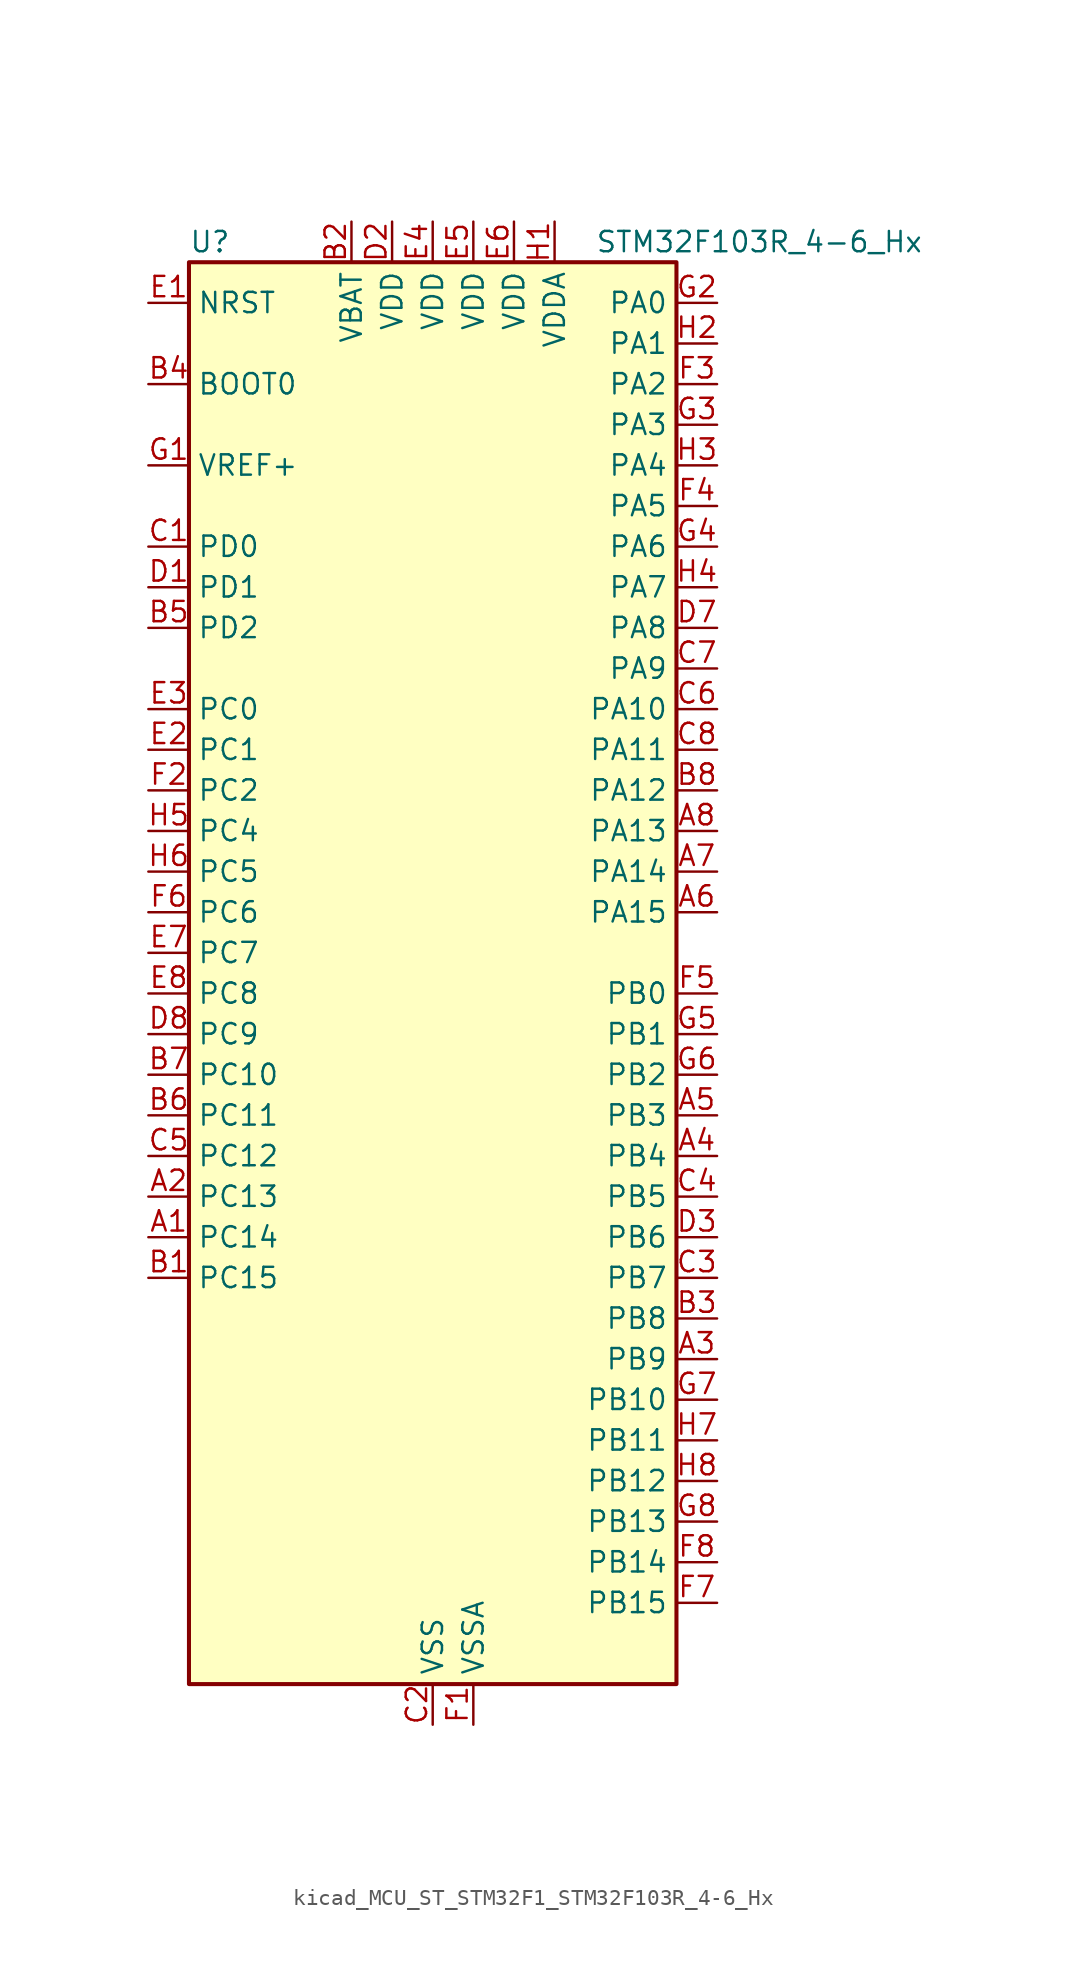
<source format=kicad_sym>
(kicad_symbol_lib
  (version 20220914)
  (generator kicad_symbol_editor)
  (symbol "kicad_MCU_ST_STM32F1_STM32F103R_4-6_Hx"
    (property "Reference" "U"
      (at -15.24 46.99 0)
      (effects (font (size 1.27 1.27)) (justify left)))
    (property "Value" "STM32F103R_4-6_Hx"
      (at 10.16 46.99 0)
      (effects (font (size 1.27 1.27)) (justify left)))
    (property "ki_locked" ""
      (at 0 0 0)
      (effects (font (size 1.27 1.27))))
    (symbol "kicad_MCU_ST_STM32F1_STM32F103R_4-6_Hx_0_1"
      (rectangle (start -15.24 -43.18) (end 15.24 45.72) (stroke (width 0.254) (type default)) (fill (type background))))
    (symbol "kicad_MCU_ST_STM32F1_STM32F103R_4-6_Hx_1_1"
      (pin bidirectional line (at -17.78 -15.24 0) (length 2.54) (name "PC14" (effects (font (size 1.27 1.27)))) (number "A1" (effects (font (size 1.27 1.27)))) (alternate "RCC_OSC32_IN" bidirectional line))
      (pin bidirectional line (at -17.78 -12.7 0) (length 2.54) (name "PC13" (effects (font (size 1.27 1.27)))) (number "A2" (effects (font (size 1.27 1.27)))) (alternate "RTC_OUT" bidirectional line) (alternate "RTC_TAMPER" bidirectional line))
      (pin bidirectional line (at 17.78 -22.86 180) (length 2.54) (name "PB9" (effects (font (size 1.27 1.27)))) (number "A3" (effects (font (size 1.27 1.27)))) (alternate "CAN_TX" bidirectional line) (alternate "I2C1_SDA" bidirectional line))
      (pin bidirectional line (at 17.78 -10.16 180) (length 2.54) (name "PB4" (effects (font (size 1.27 1.27)))) (number "A4" (effects (font (size 1.27 1.27)))) (alternate "SPI1_MISO" bidirectional line) (alternate "SYS_NJTRST" bidirectional line) (alternate "TIM3_CH1" bidirectional line))
      (pin bidirectional line (at 17.78 -7.62 180) (length 2.54) (name "PB3" (effects (font (size 1.27 1.27)))) (number "A5" (effects (font (size 1.27 1.27)))) (alternate "SPI1_SCK" bidirectional line) (alternate "SYS_JTDO-TRACESWO" bidirectional line) (alternate "TIM2_CH2" bidirectional line))
      (pin bidirectional line (at 17.78 5.08 180) (length 2.54) (name "PA15" (effects (font (size 1.27 1.27)))) (number "A6" (effects (font (size 1.27 1.27)))) (alternate "ADC1_EXTI15" bidirectional line) (alternate "ADC2_EXTI15" bidirectional line) (alternate "SPI1_NSS" bidirectional line) (alternate "SYS_JTDI" bidirectional line) (alternate "TIM2_CH1" bidirectional line) (alternate "TIM2_ETR" bidirectional line))
      (pin bidirectional line (at 17.78 7.62 180) (length 2.54) (name "PA14" (effects (font (size 1.27 1.27)))) (number "A7" (effects (font (size 1.27 1.27)))) (alternate "SYS_JTCK-SWCLK" bidirectional line))
      (pin bidirectional line (at 17.78 10.16 180) (length 2.54) (name "PA13" (effects (font (size 1.27 1.27)))) (number "A8" (effects (font (size 1.27 1.27)))) (alternate "SYS_JTMS-SWDIO" bidirectional line))
      (pin bidirectional line (at -17.78 -17.78 0) (length 2.54) (name "PC15" (effects (font (size 1.27 1.27)))) (number "B1" (effects (font (size 1.27 1.27)))) (alternate "ADC1_EXTI15" bidirectional line) (alternate "ADC2_EXTI15" bidirectional line) (alternate "RCC_OSC32_OUT" bidirectional line))
      (pin power_in line (at -5.08 48.26 270) (length 2.54) (name "VBAT" (effects (font (size 1.27 1.27)))) (number "B2" (effects (font (size 1.27 1.27)))))
      (pin bidirectional line (at 17.78 -20.32 180) (length 2.54) (name "PB8" (effects (font (size 1.27 1.27)))) (number "B3" (effects (font (size 1.27 1.27)))) (alternate "CAN_RX" bidirectional line) (alternate "I2C1_SCL" bidirectional line))
      (pin input line (at -17.78 38.1 0) (length 2.54) (name "BOOT0" (effects (font (size 1.27 1.27)))) (number "B4" (effects (font (size 1.27 1.27)))))
      (pin bidirectional line (at -17.78 22.86 0) (length 2.54) (name "PD2" (effects (font (size 1.27 1.27)))) (number "B5" (effects (font (size 1.27 1.27)))) (alternate "TIM3_ETR" bidirectional line))
      (pin bidirectional line (at -17.78 -7.62 0) (length 2.54) (name "PC11" (effects (font (size 1.27 1.27)))) (number "B6" (effects (font (size 1.27 1.27)))) (alternate "ADC1_EXTI11" bidirectional line) (alternate "ADC2_EXTI11" bidirectional line))
      (pin bidirectional line (at -17.78 -5.08 0) (length 2.54) (name "PC10" (effects (font (size 1.27 1.27)))) (number "B7" (effects (font (size 1.27 1.27)))))
      (pin bidirectional line (at 17.78 12.7 180) (length 2.54) (name "PA12" (effects (font (size 1.27 1.27)))) (number "B8" (effects (font (size 1.27 1.27)))) (alternate "CAN_TX" bidirectional line) (alternate "TIM1_ETR" bidirectional line) (alternate "USART1_RTS" bidirectional line) (alternate "USB_DP" bidirectional line))
      (pin bidirectional line (at -17.78 27.94 0) (length 2.54) (name "PD0" (effects (font (size 1.27 1.27)))) (number "C1" (effects (font (size 1.27 1.27)))) (alternate "RCC_OSC_IN" bidirectional line))
      (pin power_in line (at 0 -45.72 90) (length 2.54) (name "VSS" (effects (font (size 1.27 1.27)))) (number "C2" (effects (font (size 1.27 1.27)))))
      (pin bidirectional line (at 17.78 -17.78 180) (length 2.54) (name "PB7" (effects (font (size 1.27 1.27)))) (number "C3" (effects (font (size 1.27 1.27)))) (alternate "I2C1_SDA" bidirectional line) (alternate "USART1_RX" bidirectional line))
      (pin bidirectional line (at 17.78 -12.7 180) (length 2.54) (name "PB5" (effects (font (size 1.27 1.27)))) (number "C4" (effects (font (size 1.27 1.27)))) (alternate "I2C1_SMBA" bidirectional line) (alternate "SPI1_MOSI" bidirectional line) (alternate "TIM3_CH2" bidirectional line))
      (pin bidirectional line (at -17.78 -10.16 0) (length 2.54) (name "PC12" (effects (font (size 1.27 1.27)))) (number "C5" (effects (font (size 1.27 1.27)))))
      (pin bidirectional line (at 17.78 17.78 180) (length 2.54) (name "PA10" (effects (font (size 1.27 1.27)))) (number "C6" (effects (font (size 1.27 1.27)))) (alternate "TIM1_CH3" bidirectional line) (alternate "USART1_RX" bidirectional line))
      (pin bidirectional line (at 17.78 20.32 180) (length 2.54) (name "PA9" (effects (font (size 1.27 1.27)))) (number "C7" (effects (font (size 1.27 1.27)))) (alternate "TIM1_CH2" bidirectional line) (alternate "USART1_TX" bidirectional line))
      (pin bidirectional line (at 17.78 15.24 180) (length 2.54) (name "PA11" (effects (font (size 1.27 1.27)))) (number "C8" (effects (font (size 1.27 1.27)))) (alternate "ADC1_EXTI11" bidirectional line) (alternate "ADC2_EXTI11" bidirectional line) (alternate "CAN_RX" bidirectional line) (alternate "TIM1_CH4" bidirectional line) (alternate "USART1_CTS" bidirectional line) (alternate "USB_DM" bidirectional line))
      (pin bidirectional line (at -17.78 25.4 0) (length 2.54) (name "PD1" (effects (font (size 1.27 1.27)))) (number "D1" (effects (font (size 1.27 1.27)))) (alternate "RCC_OSC_OUT" bidirectional line))
      (pin power_in line (at -2.54 48.26 270) (length 2.54) (name "VDD" (effects (font (size 1.27 1.27)))) (number "D2" (effects (font (size 1.27 1.27)))))
      (pin bidirectional line (at 17.78 -15.24 180) (length 2.54) (name "PB6" (effects (font (size 1.27 1.27)))) (number "D3" (effects (font (size 1.27 1.27)))) (alternate "I2C1_SCL" bidirectional line) (alternate "USART1_TX" bidirectional line))
      (pin passive line (at 0 -45.72 90) (length 2.54) hide (name "VSS" (effects (font (size 1.27 1.27)))) (number "D4" (effects (font (size 1.27 1.27)))))
      (pin passive line (at 0 -45.72 90) (length 2.54) hide (name "VSS" (effects (font (size 1.27 1.27)))) (number "D5" (effects (font (size 1.27 1.27)))))
      (pin passive line (at 0 -45.72 90) (length 2.54) hide (name "VSS" (effects (font (size 1.27 1.27)))) (number "D6" (effects (font (size 1.27 1.27)))))
      (pin bidirectional line (at 17.78 22.86 180) (length 2.54) (name "PA8" (effects (font (size 1.27 1.27)))) (number "D7" (effects (font (size 1.27 1.27)))) (alternate "RCC_MCO" bidirectional line) (alternate "TIM1_CH1" bidirectional line) (alternate "USART1_CK" bidirectional line))
      (pin bidirectional line (at -17.78 -2.54 0) (length 2.54) (name "PC9" (effects (font (size 1.27 1.27)))) (number "D8" (effects (font (size 1.27 1.27)))) (alternate "TIM3_CH4" bidirectional line))
      (pin input line (at -17.78 43.18 0) (length 2.54) (name "NRST" (effects (font (size 1.27 1.27)))) (number "E1" (effects (font (size 1.27 1.27)))))
      (pin bidirectional line (at -17.78 15.24 0) (length 2.54) (name "PC1" (effects (font (size 1.27 1.27)))) (number "E2" (effects (font (size 1.27 1.27)))) (alternate "ADC1_IN11" bidirectional line) (alternate "ADC2_IN11" bidirectional line))
      (pin bidirectional line (at -17.78 17.78 0) (length 2.54) (name "PC0" (effects (font (size 1.27 1.27)))) (number "E3" (effects (font (size 1.27 1.27)))) (alternate "ADC1_IN10" bidirectional line) (alternate "ADC2_IN10" bidirectional line))
      (pin power_in line (at 0 48.26 270) (length 2.54) (name "VDD" (effects (font (size 1.27 1.27)))) (number "E4" (effects (font (size 1.27 1.27)))))
      (pin power_in line (at 2.54 48.26 270) (length 2.54) (name "VDD" (effects (font (size 1.27 1.27)))) (number "E5" (effects (font (size 1.27 1.27)))))
      (pin power_in line (at 5.08 48.26 270) (length 2.54) (name "VDD" (effects (font (size 1.27 1.27)))) (number "E6" (effects (font (size 1.27 1.27)))))
      (pin bidirectional line (at -17.78 2.54 0) (length 2.54) (name "PC7" (effects (font (size 1.27 1.27)))) (number "E7" (effects (font (size 1.27 1.27)))) (alternate "TIM3_CH2" bidirectional line))
      (pin bidirectional line (at -17.78 0 0) (length 2.54) (name "PC8" (effects (font (size 1.27 1.27)))) (number "E8" (effects (font (size 1.27 1.27)))) (alternate "TIM3_CH3" bidirectional line))
      (pin power_in line (at 2.54 -45.72 90) (length 2.54) (name "VSSA" (effects (font (size 1.27 1.27)))) (number "F1" (effects (font (size 1.27 1.27)))))
      (pin bidirectional line (at -17.78 12.7 0) (length 2.54) (name "PC2" (effects (font (size 1.27 1.27)))) (number "F2" (effects (font (size 1.27 1.27)))) (alternate "ADC1_IN12" bidirectional line) (alternate "ADC2_IN12" bidirectional line))
      (pin bidirectional line (at 17.78 38.1 180) (length 2.54) (name "PA2" (effects (font (size 1.27 1.27)))) (number "F3" (effects (font (size 1.27 1.27)))) (alternate "ADC1_IN2" bidirectional line) (alternate "ADC2_IN2" bidirectional line) (alternate "TIM2_CH3" bidirectional line) (alternate "USART2_TX" bidirectional line))
      (pin bidirectional line (at 17.78 30.48 180) (length 2.54) (name "PA5" (effects (font (size 1.27 1.27)))) (number "F4" (effects (font (size 1.27 1.27)))) (alternate "ADC1_IN5" bidirectional line) (alternate "ADC2_IN5" bidirectional line) (alternate "SPI1_SCK" bidirectional line))
      (pin bidirectional line (at 17.78 0 180) (length 2.54) (name "PB0" (effects (font (size 1.27 1.27)))) (number "F5" (effects (font (size 1.27 1.27)))) (alternate "ADC1_IN8" bidirectional line) (alternate "ADC2_IN8" bidirectional line) (alternate "TIM1_CH2N" bidirectional line) (alternate "TIM3_CH3" bidirectional line))
      (pin bidirectional line (at -17.78 5.08 0) (length 2.54) (name "PC6" (effects (font (size 1.27 1.27)))) (number "F6" (effects (font (size 1.27 1.27)))) (alternate "TIM3_CH1" bidirectional line))
      (pin bidirectional line (at 17.78 -38.1 180) (length 2.54) (name "PB15" (effects (font (size 1.27 1.27)))) (number "F7" (effects (font (size 1.27 1.27)))) (alternate "ADC1_EXTI15" bidirectional line) (alternate "ADC2_EXTI15" bidirectional line) (alternate "TIM1_CH3N" bidirectional line))
      (pin bidirectional line (at 17.78 -35.56 180) (length 2.54) (name "PB14" (effects (font (size 1.27 1.27)))) (number "F8" (effects (font (size 1.27 1.27)))) (alternate "TIM1_CH2N" bidirectional line))
      (pin input line (at -17.78 33.02 0) (length 2.54) (name "VREF+" (effects (font (size 1.27 1.27)))) (number "G1" (effects (font (size 1.27 1.27)))))
      (pin bidirectional line (at 17.78 43.18 180) (length 2.54) (name "PA0" (effects (font (size 1.27 1.27)))) (number "G2" (effects (font (size 1.27 1.27)))) (alternate "ADC1_IN0" bidirectional line) (alternate "ADC2_IN0" bidirectional line) (alternate "SYS_WKUP" bidirectional line) (alternate "TIM2_CH1" bidirectional line) (alternate "TIM2_ETR" bidirectional line) (alternate "USART2_CTS" bidirectional line))
      (pin bidirectional line (at 17.78 35.56 180) (length 2.54) (name "PA3" (effects (font (size 1.27 1.27)))) (number "G3" (effects (font (size 1.27 1.27)))) (alternate "ADC1_IN3" bidirectional line) (alternate "ADC2_IN3" bidirectional line) (alternate "TIM2_CH4" bidirectional line) (alternate "USART2_RX" bidirectional line))
      (pin bidirectional line (at 17.78 27.94 180) (length 2.54) (name "PA6" (effects (font (size 1.27 1.27)))) (number "G4" (effects (font (size 1.27 1.27)))) (alternate "ADC1_IN6" bidirectional line) (alternate "ADC2_IN6" bidirectional line) (alternate "SPI1_MISO" bidirectional line) (alternate "TIM1_BKIN" bidirectional line) (alternate "TIM3_CH1" bidirectional line))
      (pin bidirectional line (at 17.78 -2.54 180) (length 2.54) (name "PB1" (effects (font (size 1.27 1.27)))) (number "G5" (effects (font (size 1.27 1.27)))) (alternate "ADC1_IN9" bidirectional line) (alternate "ADC2_IN9" bidirectional line) (alternate "TIM1_CH3N" bidirectional line) (alternate "TIM3_CH4" bidirectional line))
      (pin bidirectional line (at 17.78 -5.08 180) (length 2.54) (name "PB2" (effects (font (size 1.27 1.27)))) (number "G6" (effects (font (size 1.27 1.27)))))
      (pin bidirectional line (at 17.78 -25.4 180) (length 2.54) (name "PB10" (effects (font (size 1.27 1.27)))) (number "G7" (effects (font (size 1.27 1.27)))) (alternate "TIM2_CH3" bidirectional line))
      (pin bidirectional line (at 17.78 -33.02 180) (length 2.54) (name "PB13" (effects (font (size 1.27 1.27)))) (number "G8" (effects (font (size 1.27 1.27)))) (alternate "TIM1_CH1N" bidirectional line))
      (pin power_in line (at 7.62 48.26 270) (length 2.54) (name "VDDA" (effects (font (size 1.27 1.27)))) (number "H1" (effects (font (size 1.27 1.27)))))
      (pin bidirectional line (at 17.78 40.64 180) (length 2.54) (name "PA1" (effects (font (size 1.27 1.27)))) (number "H2" (effects (font (size 1.27 1.27)))) (alternate "ADC1_IN1" bidirectional line) (alternate "ADC2_IN1" bidirectional line) (alternate "TIM2_CH2" bidirectional line) (alternate "USART2_RTS" bidirectional line))
      (pin bidirectional line (at 17.78 33.02 180) (length 2.54) (name "PA4" (effects (font (size 1.27 1.27)))) (number "H3" (effects (font (size 1.27 1.27)))) (alternate "ADC1_IN4" bidirectional line) (alternate "ADC2_IN4" bidirectional line) (alternate "SPI1_NSS" bidirectional line) (alternate "USART2_CK" bidirectional line))
      (pin bidirectional line (at 17.78 25.4 180) (length 2.54) (name "PA7" (effects (font (size 1.27 1.27)))) (number "H4" (effects (font (size 1.27 1.27)))) (alternate "ADC1_IN7" bidirectional line) (alternate "ADC2_IN7" bidirectional line) (alternate "SPI1_MOSI" bidirectional line) (alternate "TIM1_CH1N" bidirectional line) (alternate "TIM3_CH2" bidirectional line))
      (pin bidirectional line (at -17.78 10.16 0) (length 2.54) (name "PC4" (effects (font (size 1.27 1.27)))) (number "H5" (effects (font (size 1.27 1.27)))) (alternate "ADC1_IN14" bidirectional line) (alternate "ADC2_IN14" bidirectional line))
      (pin bidirectional line (at -17.78 7.62 0) (length 2.54) (name "PC5" (effects (font (size 1.27 1.27)))) (number "H6" (effects (font (size 1.27 1.27)))) (alternate "ADC1_IN15" bidirectional line) (alternate "ADC2_IN15" bidirectional line))
      (pin bidirectional line (at 17.78 -27.94 180) (length 2.54) (name "PB11" (effects (font (size 1.27 1.27)))) (number "H7" (effects (font (size 1.27 1.27)))) (alternate "ADC1_EXTI11" bidirectional line) (alternate "ADC2_EXTI11" bidirectional line) (alternate "TIM2_CH4" bidirectional line))
      (pin bidirectional line (at 17.78 -30.48 180) (length 2.54) (name "PB12" (effects (font (size 1.27 1.27)))) (number "H8" (effects (font (size 1.27 1.27)))) (alternate "TIM1_BKIN" bidirectional line)))))
</source>
